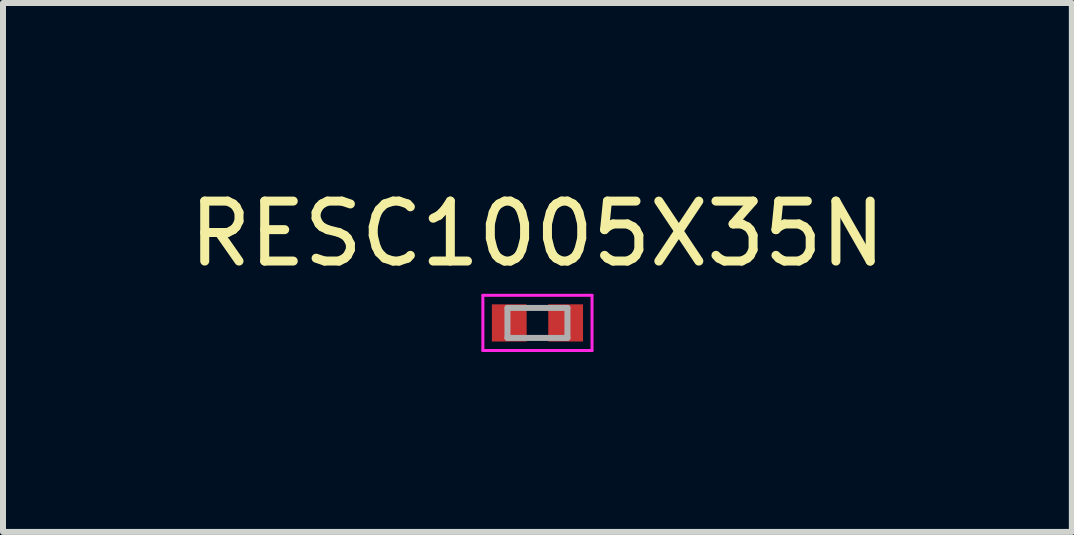
<source format=kicad_pcb>
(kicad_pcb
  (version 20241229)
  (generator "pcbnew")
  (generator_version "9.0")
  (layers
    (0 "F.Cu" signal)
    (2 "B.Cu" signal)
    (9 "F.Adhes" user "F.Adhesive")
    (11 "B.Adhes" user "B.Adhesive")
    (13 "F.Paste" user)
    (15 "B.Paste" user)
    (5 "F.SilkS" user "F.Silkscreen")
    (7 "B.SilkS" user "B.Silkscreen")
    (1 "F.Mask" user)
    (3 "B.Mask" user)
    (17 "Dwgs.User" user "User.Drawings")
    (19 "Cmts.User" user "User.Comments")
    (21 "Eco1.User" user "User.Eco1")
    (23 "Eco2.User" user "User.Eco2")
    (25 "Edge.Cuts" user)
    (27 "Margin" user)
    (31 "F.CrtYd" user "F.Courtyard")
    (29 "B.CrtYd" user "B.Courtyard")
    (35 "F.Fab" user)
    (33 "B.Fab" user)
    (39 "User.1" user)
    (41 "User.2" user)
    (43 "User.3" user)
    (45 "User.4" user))
  (footprint "RESC1005X35N"
    (layer "F.Cu")
    (at 5.911 2.334)
    (property "Reference" "RESC1005X35N" (at 0 -1.486 180) (layer "F.SilkS") (effects (font (size 1 1) (thickness 0.15))))
    (attr smd)
    (fp_line (start -0.91 -0.46) (end 0.91 -0.46) (stroke (width 0.05) (type solid)) (layer "F.CrtYd"))
    (fp_line (start -0.91 0.46) (end -0.91 -0.46) (stroke (width 0.05) (type solid)) (layer "F.CrtYd"))
    (fp_line (start -0.91 0.46) (end 0.91 0.46) (stroke (width 0.05) (type solid)) (layer "F.CrtYd"))
    (fp_line (start 0.91 0.46) (end 0.91 -0.46) (stroke (width 0.05) (type solid)) (layer "F.CrtYd"))
    (fp_line (start -0.5 -0.25) (end 0.5 -0.25) (stroke (width 0.1) (type solid)) (layer "F.Fab"))
    (fp_line (start -0.5 0.25) (end -0.5 -0.25) (stroke (width 0.1) (type solid)) (layer "F.Fab"))
    (fp_line (start -0.5 0.25) (end 0.5 0.25) (stroke (width 0.1) (type solid)) (layer "F.Fab"))
    (fp_line (start 0.5 0.25) (end 0.5 -0.25) (stroke (width 0.1) (type solid)) (layer "F.Fab"))
    (pad "1" smd rect (at -0.47 0 90) (size 0.62 0.58) (layers "F.Cu" "F.Mask" "F.Paste"))
    (pad "2" smd rect (at 0.47 0 90) (size 0.62 0.58) (layers "F.Cu" "F.Mask" "F.Paste")))
  (gr_rect
    (start -3 -3)
    (end 14.821 5.819)
    (stroke (width 0.1) (type default))
    (fill no)
    (layer "Edge.Cuts")))
</source>
